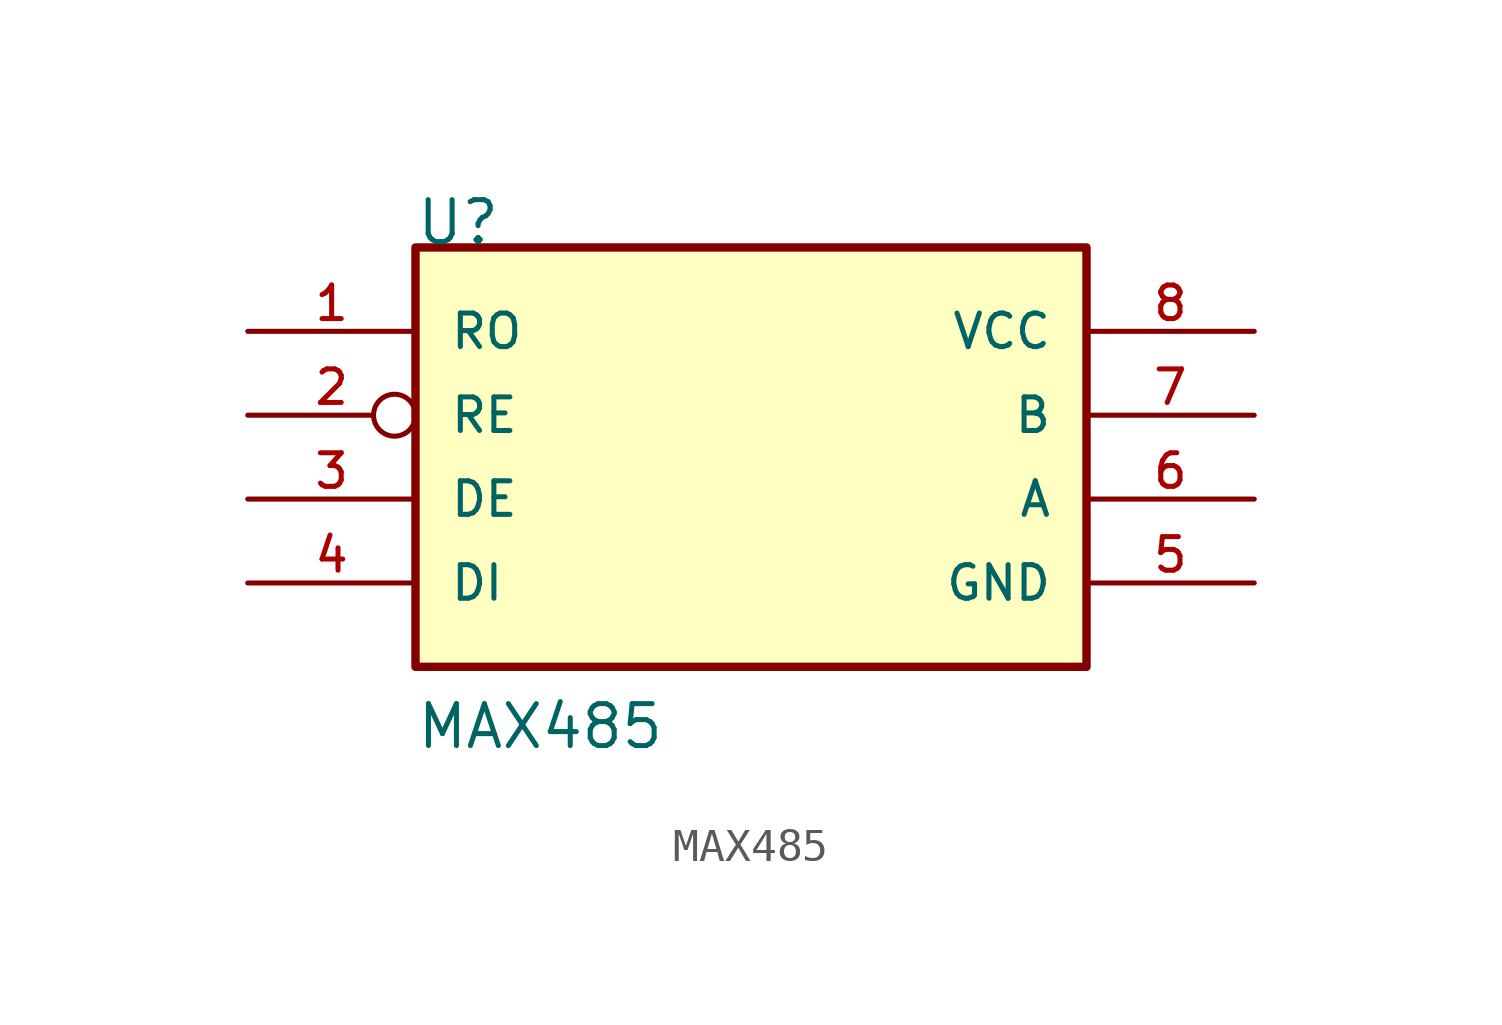
<source format=kicad_sym>
(kicad_symbol_lib
  (version 20211014)
  (generator kicad_symbol_editor)
  (symbol "MAX485"
    (pin_names
      (offset 1.016))
    (property "Reference" "U"
      (at -10.179 7.634 0)
      (effects (font (size 1.27 1.27)) (justify bottom left)))
    (property "Value" "MAX485"
      (at -10.17 -7.628 0)
      (effects (font (size 1.27 1.27)) (justify bottom left)))
    (symbol "MAX485_0_0"
      (rectangle (start -10.16 -5.08) (end 10.16 7.62) (stroke (width 0.254)) (fill (type background)))
      (pin bidirectional line (at -15.24 5.08 0) (length 5.08) (name "RO" (effects (font (size 1.016 1.016)))) (number "1" (effects (font (size 1.016 1.016)))))
      (pin bidirectional inverted (at -15.24 2.54 0) (length 5.08) (name "RE" (effects (font (size 1.016 1.016)))) (number "2" (effects (font (size 1.016 1.016)))))
      (pin bidirectional line (at -15.24 0.0 0) (length 5.08) (name "DE" (effects (font (size 1.016 1.016)))) (number "3" (effects (font (size 1.016 1.016)))))
      (pin bidirectional line (at -15.24 -2.54 0) (length 5.08) (name "DI" (effects (font (size 1.016 1.016)))) (number "4" (effects (font (size 1.016 1.016)))))
      (pin bidirectional line (at 15.24 -2.54 180.0) (length 5.08) (name "GND" (effects (font (size 1.016 1.016)))) (number "5" (effects (font (size 1.016 1.016)))))
      (pin bidirectional line (at 15.24 0.0 180.0) (length 5.08) (name "A" (effects (font (size 1.016 1.016)))) (number "6" (effects (font (size 1.016 1.016)))))
      (pin bidirectional line (at 15.24 2.54 180.0) (length 5.08) (name "B" (effects (font (size 1.016 1.016)))) (number "7" (effects (font (size 1.016 1.016)))))
      (pin bidirectional line (at 15.24 5.08 180.0) (length 5.08) (name "VCC" (effects (font (size 1.016 1.016)))) (number "8" (effects (font (size 1.016 1.016))))))))
</source>
